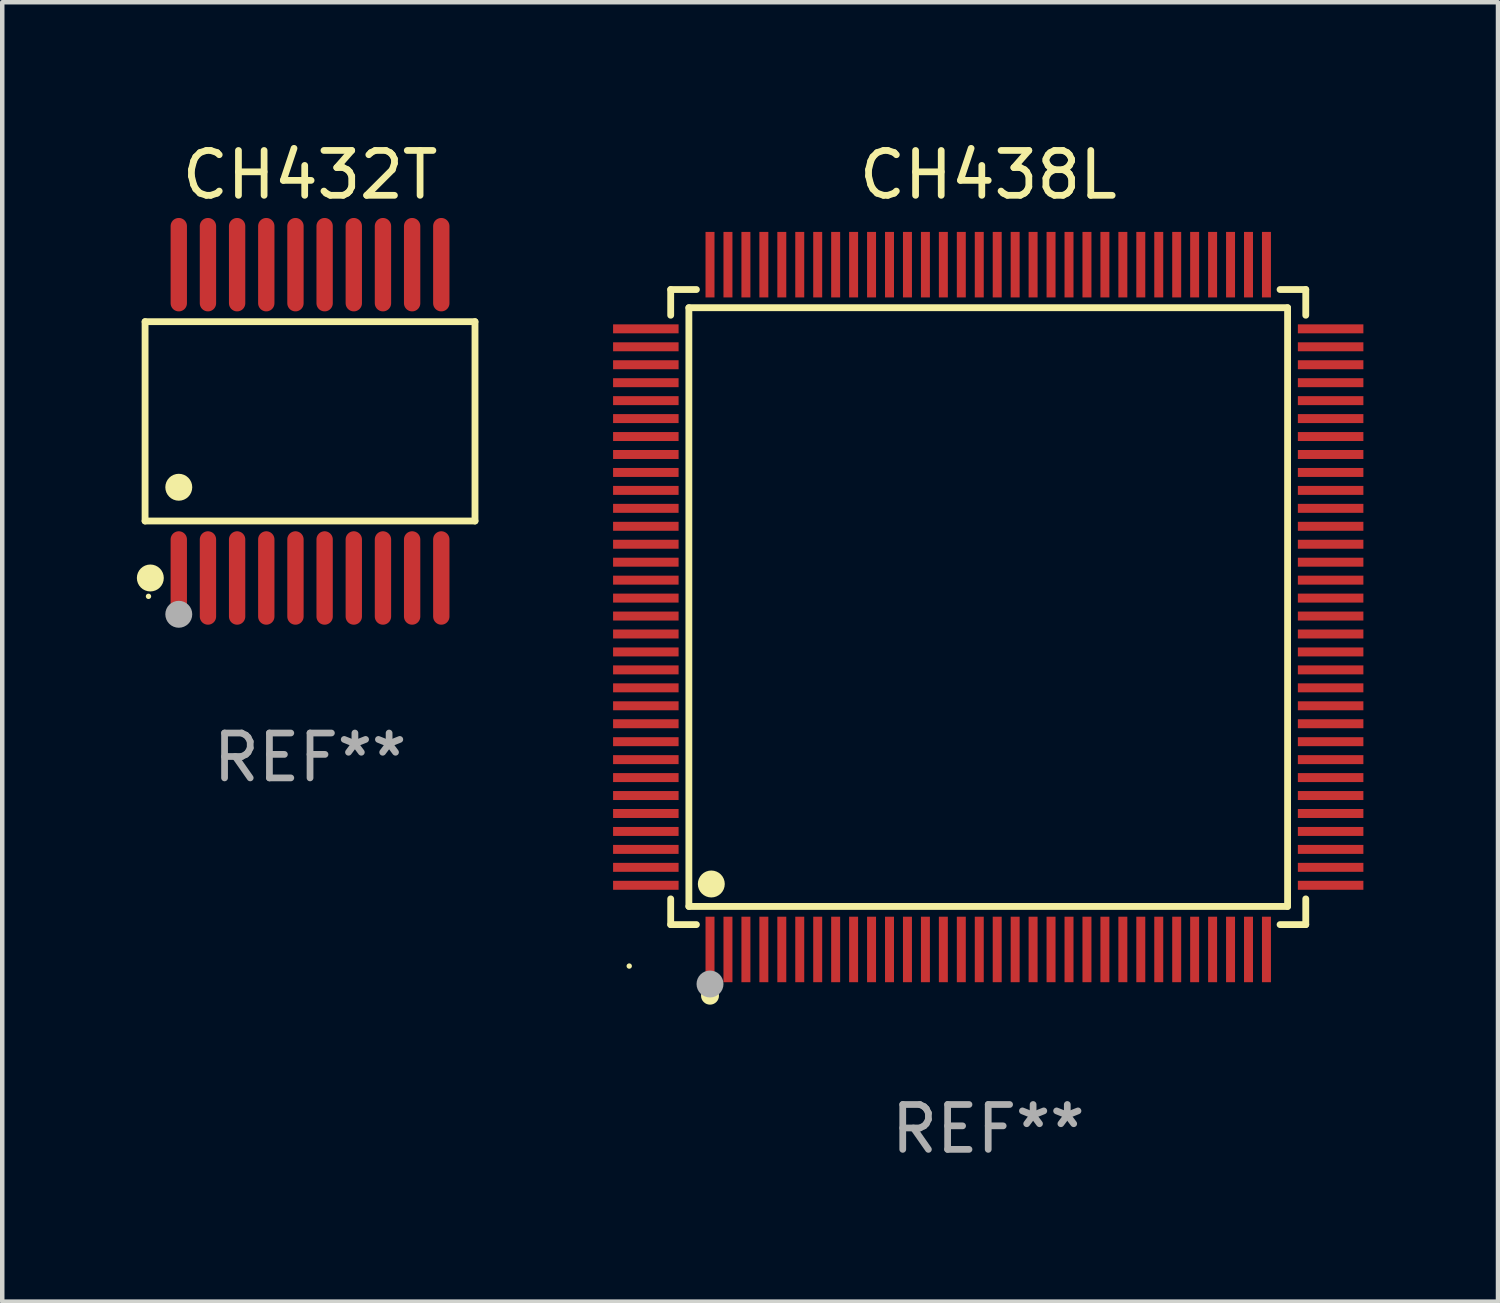
<source format=kicad_pcb>
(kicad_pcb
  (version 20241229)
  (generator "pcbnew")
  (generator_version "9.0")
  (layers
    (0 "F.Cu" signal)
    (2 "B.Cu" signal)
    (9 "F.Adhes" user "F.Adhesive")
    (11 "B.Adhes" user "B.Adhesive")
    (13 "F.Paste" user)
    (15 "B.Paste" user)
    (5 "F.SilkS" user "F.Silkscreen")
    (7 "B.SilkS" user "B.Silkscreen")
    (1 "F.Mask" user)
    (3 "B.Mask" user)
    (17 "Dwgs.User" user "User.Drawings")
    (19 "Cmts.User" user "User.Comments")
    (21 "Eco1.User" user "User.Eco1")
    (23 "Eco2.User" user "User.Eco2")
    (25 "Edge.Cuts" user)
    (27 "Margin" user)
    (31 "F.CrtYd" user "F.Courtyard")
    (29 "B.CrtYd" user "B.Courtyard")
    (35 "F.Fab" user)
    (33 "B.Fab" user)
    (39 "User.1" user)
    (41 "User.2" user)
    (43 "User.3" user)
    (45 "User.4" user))
  (footprint "CH438L"
    (layer "F.Cu")
    (at 18.972 10.478)
    (property "Reference" "CH438L" (at 0 -9.63 0) (layer "F.SilkS") (effects (font (size 1 1) (thickness 0.15))))
    (attr through_hole)
    (fp_line (start -7.076 -7.076) (end -6.503 -7.076) (stroke (width 0.152) (type solid)) (layer "F.SilkS"))
    (fp_line (start -7.076 -6.503) (end -7.076 -7.076) (stroke (width 0.152) (type solid)) (layer "F.SilkS"))
    (fp_line (start -7.076 6.503) (end -7.076 7.076) (stroke (width 0.152) (type solid)) (layer "F.SilkS"))
    (fp_line (start -7.076 7.076) (end -6.503 7.076) (stroke (width 0.152) (type solid)) (layer "F.SilkS"))
    (fp_line (start -6.671 -6.671) (end 6.671 -6.671) (stroke (width 0.152) (type solid)) (layer "F.SilkS"))
    (fp_line (start -6.671 6.671) (end -6.671 -6.671) (stroke (width 0.152) (type solid)) (layer "F.SilkS"))
    (fp_line (start 6.671 -6.671) (end 6.671 6.671) (stroke (width 0.152) (type solid)) (layer "F.SilkS"))
    (fp_line (start 6.671 6.671) (end -6.671 6.671) (stroke (width 0.152) (type solid)) (layer "F.SilkS"))
    (fp_line (start 7.076 -7.076) (end 6.503 -7.076) (stroke (width 0.152) (type solid)) (layer "F.SilkS"))
    (fp_line (start 7.076 -6.503) (end 7.076 -7.076) (stroke (width 0.152) (type solid)) (layer "F.SilkS"))
    (fp_line (start 7.076 6.503) (end 7.076 7.076) (stroke (width 0.152) (type solid)) (layer "F.SilkS"))
    (fp_line (start 7.076 7.076) (end 6.503 7.076) (stroke (width 0.152) (type solid)) (layer "F.SilkS"))
    (fp_circle (center -8 8) (end -7.97 8) (stroke (width 0.06) (type solid)) (fill no) (layer "F.SilkS"))
    (fp_circle (center -6.2 8.66) (end -6.1 8.66) (stroke (width 0.2) (type solid)) (fill no) (layer "F.SilkS"))
    (fp_circle (center -6.171 6.171) (end -6.021 6.171) (stroke (width 0.3) (type solid)) (fill no) (layer "F.SilkS"))
    (fp_circle (center -6.2 8.4) (end -6.05 8.4) (stroke (width 0.3) (type solid)) (fill no) (layer "F.Fab"))
    (fp_text user "REF**" (at 0 11.63 0) (layer "F.Fab") (effects (font (size 1 1) (thickness 0.15))))
    (pad "1" smd rect (at -6.2 7.63) (size 0.2 1.46) (layers "F.Cu" "F.Mask" "F.Paste"))
    (pad "2" smd rect (at -5.8 7.63) (size 0.2 1.46) (layers "F.Cu" "F.Mask" "F.Paste"))
    (pad "3" smd rect (at -5.4 7.63) (size 0.2 1.46) (layers "F.Cu" "F.Mask" "F.Paste"))
    (pad "4" smd rect (at -5 7.63) (size 0.2 1.46) (layers "F.Cu" "F.Mask" "F.Paste"))
    (pad "5" smd rect (at -4.6 7.63) (size 0.2 1.46) (layers "F.Cu" "F.Mask" "F.Paste"))
    (pad "6" smd rect (at -4.2 7.63) (size 0.2 1.46) (layers "F.Cu" "F.Mask" "F.Paste"))
    (pad "7" smd rect (at -3.8 7.63) (size 0.2 1.46) (layers "F.Cu" "F.Mask" "F.Paste"))
    (pad "8" smd rect (at -3.4 7.63) (size 0.2 1.46) (layers "F.Cu" "F.Mask" "F.Paste"))
    (pad "9" smd rect (at -3 7.63) (size 0.2 1.46) (layers "F.Cu" "F.Mask" "F.Paste"))
    (pad "10" smd rect (at -2.6 7.63) (size 0.2 1.46) (layers "F.Cu" "F.Mask" "F.Paste"))
    (pad "11" smd rect (at -2.2 7.63) (size 0.2 1.46) (layers "F.Cu" "F.Mask" "F.Paste"))
    (pad "12" smd rect (at -1.8 7.63) (size 0.2 1.46) (layers "F.Cu" "F.Mask" "F.Paste"))
    (pad "13" smd rect (at -1.4 7.63) (size 0.2 1.46) (layers "F.Cu" "F.Mask" "F.Paste"))
    (pad "14" smd rect (at -1 7.63) (size 0.2 1.46) (layers "F.Cu" "F.Mask" "F.Paste"))
    (pad "15" smd rect (at -0.6 7.63) (size 0.2 1.46) (layers "F.Cu" "F.Mask" "F.Paste"))
    (pad "16" smd rect (at -0.2 7.63) (size 0.2 1.46) (layers "F.Cu" "F.Mask" "F.Paste"))
    (pad "17" smd rect (at 0.2 7.63) (size 0.2 1.46) (layers "F.Cu" "F.Mask" "F.Paste"))
    (pad "18" smd rect (at 0.6 7.63) (size 0.2 1.46) (layers "F.Cu" "F.Mask" "F.Paste"))
    (pad "19" smd rect (at 1 7.63) (size 0.2 1.46) (layers "F.Cu" "F.Mask" "F.Paste"))
    (pad "20" smd rect (at 1.4 7.63) (size 0.2 1.46) (layers "F.Cu" "F.Mask" "F.Paste"))
    (pad "21" smd rect (at 1.8 7.63) (size 0.2 1.46) (layers "F.Cu" "F.Mask" "F.Paste"))
    (pad "22" smd rect (at 2.2 7.63) (size 0.2 1.46) (layers "F.Cu" "F.Mask" "F.Paste"))
    (pad "23" smd rect (at 2.6 7.63) (size 0.2 1.46) (layers "F.Cu" "F.Mask" "F.Paste"))
    (pad "24" smd rect (at 3 7.63) (size 0.2 1.46) (layers "F.Cu" "F.Mask" "F.Paste"))
    (pad "25" smd rect (at 3.4 7.63) (size 0.2 1.46) (layers "F.Cu" "F.Mask" "F.Paste"))
    (pad "26" smd rect (at 3.8 7.63) (size 0.2 1.46) (layers "F.Cu" "F.Mask" "F.Paste"))
    (pad "27" smd rect (at 4.2 7.63) (size 0.2 1.46) (layers "F.Cu" "F.Mask" "F.Paste"))
    (pad "28" smd rect (at 4.6 7.63) (size 0.2 1.46) (layers "F.Cu" "F.Mask" "F.Paste"))
    (pad "29" smd rect (at 5 7.63) (size 0.2 1.46) (layers "F.Cu" "F.Mask" "F.Paste"))
    (pad "30" smd rect (at 5.4 7.63) (size 0.2 1.46) (layers "F.Cu" "F.Mask" "F.Paste"))
    (pad "31" smd rect (at 5.8 7.63) (size 0.2 1.46) (layers "F.Cu" "F.Mask" "F.Paste"))
    (pad "32" smd rect (at 6.2 7.63) (size 0.2 1.46) (layers "F.Cu" "F.Mask" "F.Paste"))
    (pad "33" smd rect (at 7.63 6.2) (size 1.46 0.2) (layers "F.Cu" "F.Mask" "F.Paste"))
    (pad "34" smd rect (at 7.63 5.8) (size 1.46 0.2) (layers "F.Cu" "F.Mask" "F.Paste"))
    (pad "35" smd rect (at 7.63 5.4) (size 1.46 0.2) (layers "F.Cu" "F.Mask" "F.Paste"))
    (pad "36" smd rect (at 7.63 5) (size 1.46 0.2) (layers "F.Cu" "F.Mask" "F.Paste"))
    (pad "37" smd rect (at 7.63 4.6) (size 1.46 0.2) (layers "F.Cu" "F.Mask" "F.Paste"))
    (pad "38" smd rect (at 7.63 4.2) (size 1.46 0.2) (layers "F.Cu" "F.Mask" "F.Paste"))
    (pad "39" smd rect (at 7.63 3.8) (size 1.46 0.2) (layers "F.Cu" "F.Mask" "F.Paste"))
    (pad "40" smd rect (at 7.63 3.4) (size 1.46 0.2) (layers "F.Cu" "F.Mask" "F.Paste"))
    (pad "41" smd rect (at 7.63 3) (size 1.46 0.2) (layers "F.Cu" "F.Mask" "F.Paste"))
    (pad "42" smd rect (at 7.63 2.6) (size 1.46 0.2) (layers "F.Cu" "F.Mask" "F.Paste"))
    (pad "43" smd rect (at 7.63 2.2) (size 1.46 0.2) (layers "F.Cu" "F.Mask" "F.Paste"))
    (pad "44" smd rect (at 7.63 1.8) (size 1.46 0.2) (layers "F.Cu" "F.Mask" "F.Paste"))
    (pad "45" smd rect (at 7.63 1.4) (size 1.46 0.2) (layers "F.Cu" "F.Mask" "F.Paste"))
    (pad "46" smd rect (at 7.63 1) (size 1.46 0.2) (layers "F.Cu" "F.Mask" "F.Paste"))
    (pad "47" smd rect (at 7.63 0.6) (size 1.46 0.2) (layers "F.Cu" "F.Mask" "F.Paste"))
    (pad "48" smd rect (at 7.63 0.2) (size 1.46 0.2) (layers "F.Cu" "F.Mask" "F.Paste"))
    (pad "49" smd rect (at 7.63 -0.2) (size 1.46 0.2) (layers "F.Cu" "F.Mask" "F.Paste"))
    (pad "50" smd rect (at 7.63 -0.6) (size 1.46 0.2) (layers "F.Cu" "F.Mask" "F.Paste"))
    (pad "51" smd rect (at 7.63 -1) (size 1.46 0.2) (layers "F.Cu" "F.Mask" "F.Paste"))
    (pad "52" smd rect (at 7.63 -1.4) (size 1.46 0.2) (layers "F.Cu" "F.Mask" "F.Paste"))
    (pad "53" smd rect (at 7.63 -1.8) (size 1.46 0.2) (layers "F.Cu" "F.Mask" "F.Paste"))
    (pad "54" smd rect (at 7.63 -2.2) (size 1.46 0.2) (layers "F.Cu" "F.Mask" "F.Paste"))
    (pad "55" smd rect (at 7.63 -2.6) (size 1.46 0.2) (layers "F.Cu" "F.Mask" "F.Paste"))
    (pad "56" smd rect (at 7.63 -3) (size 1.46 0.2) (layers "F.Cu" "F.Mask" "F.Paste"))
    (pad "57" smd rect (at 7.63 -3.4) (size 1.46 0.2) (layers "F.Cu" "F.Mask" "F.Paste"))
    (pad "58" smd rect (at 7.63 -3.8) (size 1.46 0.2) (layers "F.Cu" "F.Mask" "F.Paste"))
    (pad "59" smd rect (at 7.63 -4.2) (size 1.46 0.2) (layers "F.Cu" "F.Mask" "F.Paste"))
    (pad "60" smd rect (at 7.63 -4.6) (size 1.46 0.2) (layers "F.Cu" "F.Mask" "F.Paste"))
    (pad "61" smd rect (at 7.63 -5) (size 1.46 0.2) (layers "F.Cu" "F.Mask" "F.Paste"))
    (pad "62" smd rect (at 7.63 -5.4) (size 1.46 0.2) (layers "F.Cu" "F.Mask" "F.Paste"))
    (pad "63" smd rect (at 7.63 -5.8) (size 1.46 0.2) (layers "F.Cu" "F.Mask" "F.Paste"))
    (pad "64" smd rect (at 7.63 -6.2) (size 1.46 0.2) (layers "F.Cu" "F.Mask" "F.Paste"))
    (pad "65" smd rect (at 6.2 -7.63) (size 0.2 1.46) (layers "F.Cu" "F.Mask" "F.Paste"))
    (pad "66" smd rect (at 5.8 -7.63) (size 0.2 1.46) (layers "F.Cu" "F.Mask" "F.Paste"))
    (pad "67" smd rect (at 5.4 -7.63) (size 0.2 1.46) (layers "F.Cu" "F.Mask" "F.Paste"))
    (pad "68" smd rect (at 5 -7.63) (size 0.2 1.46) (layers "F.Cu" "F.Mask" "F.Paste"))
    (pad "69" smd rect (at 4.6 -7.63) (size 0.2 1.46) (layers "F.Cu" "F.Mask" "F.Paste"))
    (pad "70" smd rect (at 4.2 -7.63) (size 0.2 1.46) (layers "F.Cu" "F.Mask" "F.Paste"))
    (pad "71" smd rect (at 3.8 -7.63) (size 0.2 1.46) (layers "F.Cu" "F.Mask" "F.Paste"))
    (pad "72" smd rect (at 3.4 -7.63) (size 0.2 1.46) (layers "F.Cu" "F.Mask" "F.Paste"))
    (pad "73" smd rect (at 3 -7.63) (size 0.2 1.46) (layers "F.Cu" "F.Mask" "F.Paste"))
    (pad "74" smd rect (at 2.6 -7.63) (size 0.2 1.46) (layers "F.Cu" "F.Mask" "F.Paste"))
    (pad "75" smd rect (at 2.2 -7.63) (size 0.2 1.46) (layers "F.Cu" "F.Mask" "F.Paste"))
    (pad "76" smd rect (at 1.8 -7.63) (size 0.2 1.46) (layers "F.Cu" "F.Mask" "F.Paste"))
    (pad "77" smd rect (at 1.4 -7.63) (size 0.2 1.46) (layers "F.Cu" "F.Mask" "F.Paste"))
    (pad "78" smd rect (at 1 -7.63) (size 0.2 1.46) (layers "F.Cu" "F.Mask" "F.Paste"))
    (pad "79" smd rect (at 0.6 -7.63) (size 0.2 1.46) (layers "F.Cu" "F.Mask" "F.Paste"))
    (pad "80" smd rect (at 0.2 -7.63) (size 0.2 1.46) (layers "F.Cu" "F.Mask" "F.Paste"))
    (pad "81" smd rect (at -0.2 -7.63) (size 0.2 1.46) (layers "F.Cu" "F.Mask" "F.Paste"))
    (pad "82" smd rect (at -0.6 -7.63) (size 0.2 1.46) (layers "F.Cu" "F.Mask" "F.Paste"))
    (pad "83" smd rect (at -1 -7.63) (size 0.2 1.46) (layers "F.Cu" "F.Mask" "F.Paste"))
    (pad "84" smd rect (at -1.4 -7.63) (size 0.2 1.46) (layers "F.Cu" "F.Mask" "F.Paste"))
    (pad "85" smd rect (at -1.8 -7.63) (size 0.2 1.46) (layers "F.Cu" "F.Mask" "F.Paste"))
    (pad "86" smd rect (at -2.2 -7.63) (size 0.2 1.46) (layers "F.Cu" "F.Mask" "F.Paste"))
    (pad "87" smd rect (at -2.6 -7.63) (size 0.2 1.46) (layers "F.Cu" "F.Mask" "F.Paste"))
    (pad "88" smd rect (at -3 -7.63) (size 0.2 1.46) (layers "F.Cu" "F.Mask" "F.Paste"))
    (pad "89" smd rect (at -3.4 -7.63) (size 0.2 1.46) (layers "F.Cu" "F.Mask" "F.Paste"))
    (pad "90" smd rect (at -3.8 -7.63) (size 0.2 1.46) (layers "F.Cu" "F.Mask" "F.Paste"))
    (pad "91" smd rect (at -4.2 -7.63) (size 0.2 1.46) (layers "F.Cu" "F.Mask" "F.Paste"))
    (pad "92" smd rect (at -4.6 -7.63) (size 0.2 1.46) (layers "F.Cu" "F.Mask" "F.Paste"))
    (pad "93" smd rect (at -5 -7.63) (size 0.2 1.46) (layers "F.Cu" "F.Mask" "F.Paste"))
    (pad "94" smd rect (at -5.4 -7.63) (size 0.2 1.46) (layers "F.Cu" "F.Mask" "F.Paste"))
    (pad "95" smd rect (at -5.8 -7.63) (size 0.2 1.46) (layers "F.Cu" "F.Mask" "F.Paste"))
    (pad "96" smd rect (at -6.2 -7.63) (size 0.2 1.46) (layers "F.Cu" "F.Mask" "F.Paste"))
    (pad "97" smd rect (at -7.63 -6.2) (size 1.46 0.2) (layers "F.Cu" "F.Mask" "F.Paste"))
    (pad "98" smd rect (at -7.63 -5.8) (size 1.46 0.2) (layers "F.Cu" "F.Mask" "F.Paste"))
    (pad "99" smd rect (at -7.63 -5.4) (size 1.46 0.2) (layers "F.Cu" "F.Mask" "F.Paste"))
    (pad "100" smd rect (at -7.63 -5) (size 1.46 0.2) (layers "F.Cu" "F.Mask" "F.Paste"))
    (pad "101" smd rect (at -7.63 -4.6) (size 1.46 0.2) (layers "F.Cu" "F.Mask" "F.Paste"))
    (pad "102" smd rect (at -7.63 -4.2) (size 1.46 0.2) (layers "F.Cu" "F.Mask" "F.Paste"))
    (pad "103" smd rect (at -7.63 -3.8) (size 1.46 0.2) (layers "F.Cu" "F.Mask" "F.Paste"))
    (pad "104" smd rect (at -7.63 -3.4) (size 1.46 0.2) (layers "F.Cu" "F.Mask" "F.Paste"))
    (pad "105" smd rect (at -7.63 -3) (size 1.46 0.2) (layers "F.Cu" "F.Mask" "F.Paste"))
    (pad "106" smd rect (at -7.63 -2.6) (size 1.46 0.2) (layers "F.Cu" "F.Mask" "F.Paste"))
    (pad "107" smd rect (at -7.63 -2.2) (size 1.46 0.2) (layers "F.Cu" "F.Mask" "F.Paste"))
    (pad "108" smd rect (at -7.63 -1.8) (size 1.46 0.2) (layers "F.Cu" "F.Mask" "F.Paste"))
    (pad "109" smd rect (at -7.63 -1.4) (size 1.46 0.2) (layers "F.Cu" "F.Mask" "F.Paste"))
    (pad "110" smd rect (at -7.63 -1) (size 1.46 0.2) (layers "F.Cu" "F.Mask" "F.Paste"))
    (pad "111" smd rect (at -7.63 -0.6) (size 1.46 0.2) (layers "F.Cu" "F.Mask" "F.Paste"))
    (pad "112" smd rect (at -7.63 -0.2) (size 1.46 0.2) (layers "F.Cu" "F.Mask" "F.Paste"))
    (pad "113" smd rect (at -7.63 0.2) (size 1.46 0.2) (layers "F.Cu" "F.Mask" "F.Paste"))
    (pad "114" smd rect (at -7.63 0.6) (size 1.46 0.2) (layers "F.Cu" "F.Mask" "F.Paste"))
    (pad "115" smd rect (at -7.63 1) (size 1.46 0.2) (layers "F.Cu" "F.Mask" "F.Paste"))
    (pad "116" smd rect (at -7.63 1.4) (size 1.46 0.2) (layers "F.Cu" "F.Mask" "F.Paste"))
    (pad "117" smd rect (at -7.63 1.8) (size 1.46 0.2) (layers "F.Cu" "F.Mask" "F.Paste"))
    (pad "118" smd rect (at -7.63 2.2) (size 1.46 0.2) (layers "F.Cu" "F.Mask" "F.Paste"))
    (pad "119" smd rect (at -7.63 2.6) (size 1.46 0.2) (layers "F.Cu" "F.Mask" "F.Paste"))
    (pad "120" smd rect (at -7.63 3) (size 1.46 0.2) (layers "F.Cu" "F.Mask" "F.Paste"))
    (pad "121" smd rect (at -7.63 3.4) (size 1.46 0.2) (layers "F.Cu" "F.Mask" "F.Paste"))
    (pad "122" smd rect (at -7.63 3.8) (size 1.46 0.2) (layers "F.Cu" "F.Mask" "F.Paste"))
    (pad "123" smd rect (at -7.63 4.2) (size 1.46 0.2) (layers "F.Cu" "F.Mask" "F.Paste"))
    (pad "124" smd rect (at -7.63 4.6) (size 1.46 0.2) (layers "F.Cu" "F.Mask" "F.Paste"))
    (pad "125" smd rect (at -7.63 5) (size 1.46 0.2) (layers "F.Cu" "F.Mask" "F.Paste"))
    (pad "126" smd rect (at -7.63 5.4) (size 1.46 0.2) (layers "F.Cu" "F.Mask" "F.Paste"))
    (pad "127" smd rect (at -7.63 5.8) (size 1.46 0.2) (layers "F.Cu" "F.Mask" "F.Paste"))
    (pad "128" smd rect (at -7.63 6.2) (size 1.46 0.2) (layers "F.Cu" "F.Mask" "F.Paste")))
  (footprint "CH432T"
    (layer "F.Cu")
    (at 3.859 6.339)
    (property "Reference" "CH432T" (at 0 -5.491 0) (layer "F.SilkS") (effects (font (size 1 1) (thickness 0.15))))
    (attr through_hole)
    (fp_line (start -3.676 -2.221) (end 3.676 -2.221) (stroke (width 0.152) (type solid)) (layer "F.SilkS"))
    (fp_line (start -3.676 2.221) (end -3.676 -2.221) (stroke (width 0.152) (type solid)) (layer "F.SilkS"))
    (fp_line (start 3.676 -2.221) (end 3.676 2.221) (stroke (width 0.152) (type solid)) (layer "F.SilkS"))
    (fp_line (start 3.676 2.221) (end -3.676 2.221) (stroke (width 0.152) (type solid)) (layer "F.SilkS"))
    (fp_circle (center -3.6 3.9) (end -3.57 3.9) (stroke (width 0.06) (type solid)) (fill no) (layer "F.SilkS"))
    (fp_circle (center -3.559 3.491) (end -3.409 3.491) (stroke (width 0.3) (type solid)) (fill no) (layer "F.SilkS"))
    (fp_circle (center -2.925 1.469) (end -2.775 1.469) (stroke (width 0.3) (type solid)) (fill no) (layer "F.SilkS"))
    (fp_circle (center -2.925 4.3) (end -2.775 4.3) (stroke (width 0.3) (type solid)) (fill no) (layer "F.Fab"))
    (fp_text user "REF**" (at 0 7.491 0) (layer "F.Fab") (effects (font (size 1 1) (thickness 0.15))))
    (pad "1" smd oval (at -2.925 3.491) (size 0.364 2.082) (layers "F.Cu" "F.Mask" "F.Paste"))
    (pad "2" smd oval (at -2.275 3.491) (size 0.364 2.082) (layers "F.Cu" "F.Mask" "F.Paste"))
    (pad "3" smd oval (at -1.625 3.491) (size 0.364 2.082) (layers "F.Cu" "F.Mask" "F.Paste"))
    (pad "4" smd oval (at -0.975 3.491) (size 0.364 2.082) (layers "F.Cu" "F.Mask" "F.Paste"))
    (pad "5" smd oval (at -0.325 3.491) (size 0.364 2.082) (layers "F.Cu" "F.Mask" "F.Paste"))
    (pad "6" smd oval (at 0.325 3.491) (size 0.364 2.082) (layers "F.Cu" "F.Mask" "F.Paste"))
    (pad "7" smd oval (at 0.975 3.491) (size 0.364 2.082) (layers "F.Cu" "F.Mask" "F.Paste"))
    (pad "8" smd oval (at 1.625 3.491) (size 0.364 2.082) (layers "F.Cu" "F.Mask" "F.Paste"))
    (pad "9" smd oval (at 2.275 3.491) (size 0.364 2.082) (layers "F.Cu" "F.Mask" "F.Paste"))
    (pad "10" smd oval (at 2.925 3.491) (size 0.364 2.082) (layers "F.Cu" "F.Mask" "F.Paste"))
    (pad "11" smd oval (at 2.925 -3.491) (size 0.364 2.082) (layers "F.Cu" "F.Mask" "F.Paste"))
    (pad "12" smd oval (at 2.275 -3.491) (size 0.364 2.082) (layers "F.Cu" "F.Mask" "F.Paste"))
    (pad "13" smd oval (at 1.625 -3.491) (size 0.364 2.082) (layers "F.Cu" "F.Mask" "F.Paste"))
    (pad "14" smd oval (at 0.975 -3.491) (size 0.364 2.082) (layers "F.Cu" "F.Mask" "F.Paste"))
    (pad "15" smd oval (at 0.325 -3.491) (size 0.364 2.082) (layers "F.Cu" "F.Mask" "F.Paste"))
    (pad "16" smd oval (at -0.325 -3.491) (size 0.364 2.082) (layers "F.Cu" "F.Mask" "F.Paste"))
    (pad "17" smd oval (at -0.975 -3.491) (size 0.364 2.082) (layers "F.Cu" "F.Mask" "F.Paste"))
    (pad "18" smd oval (at -1.625 -3.491) (size 0.364 2.082) (layers "F.Cu" "F.Mask" "F.Paste"))
    (pad "19" smd oval (at -2.275 -3.491) (size 0.364 2.082) (layers "F.Cu" "F.Mask" "F.Paste"))
    (pad "20" smd oval (at -2.925 -3.491) (size 0.364 2.082) (layers "F.Cu" "F.Mask" "F.Paste")))
  (gr_rect
    (start -3 -3)
    (end 30.332 25.956)
    (stroke (width 0.1) (type default))
    (fill no)
    (layer "Edge.Cuts")))
</source>
